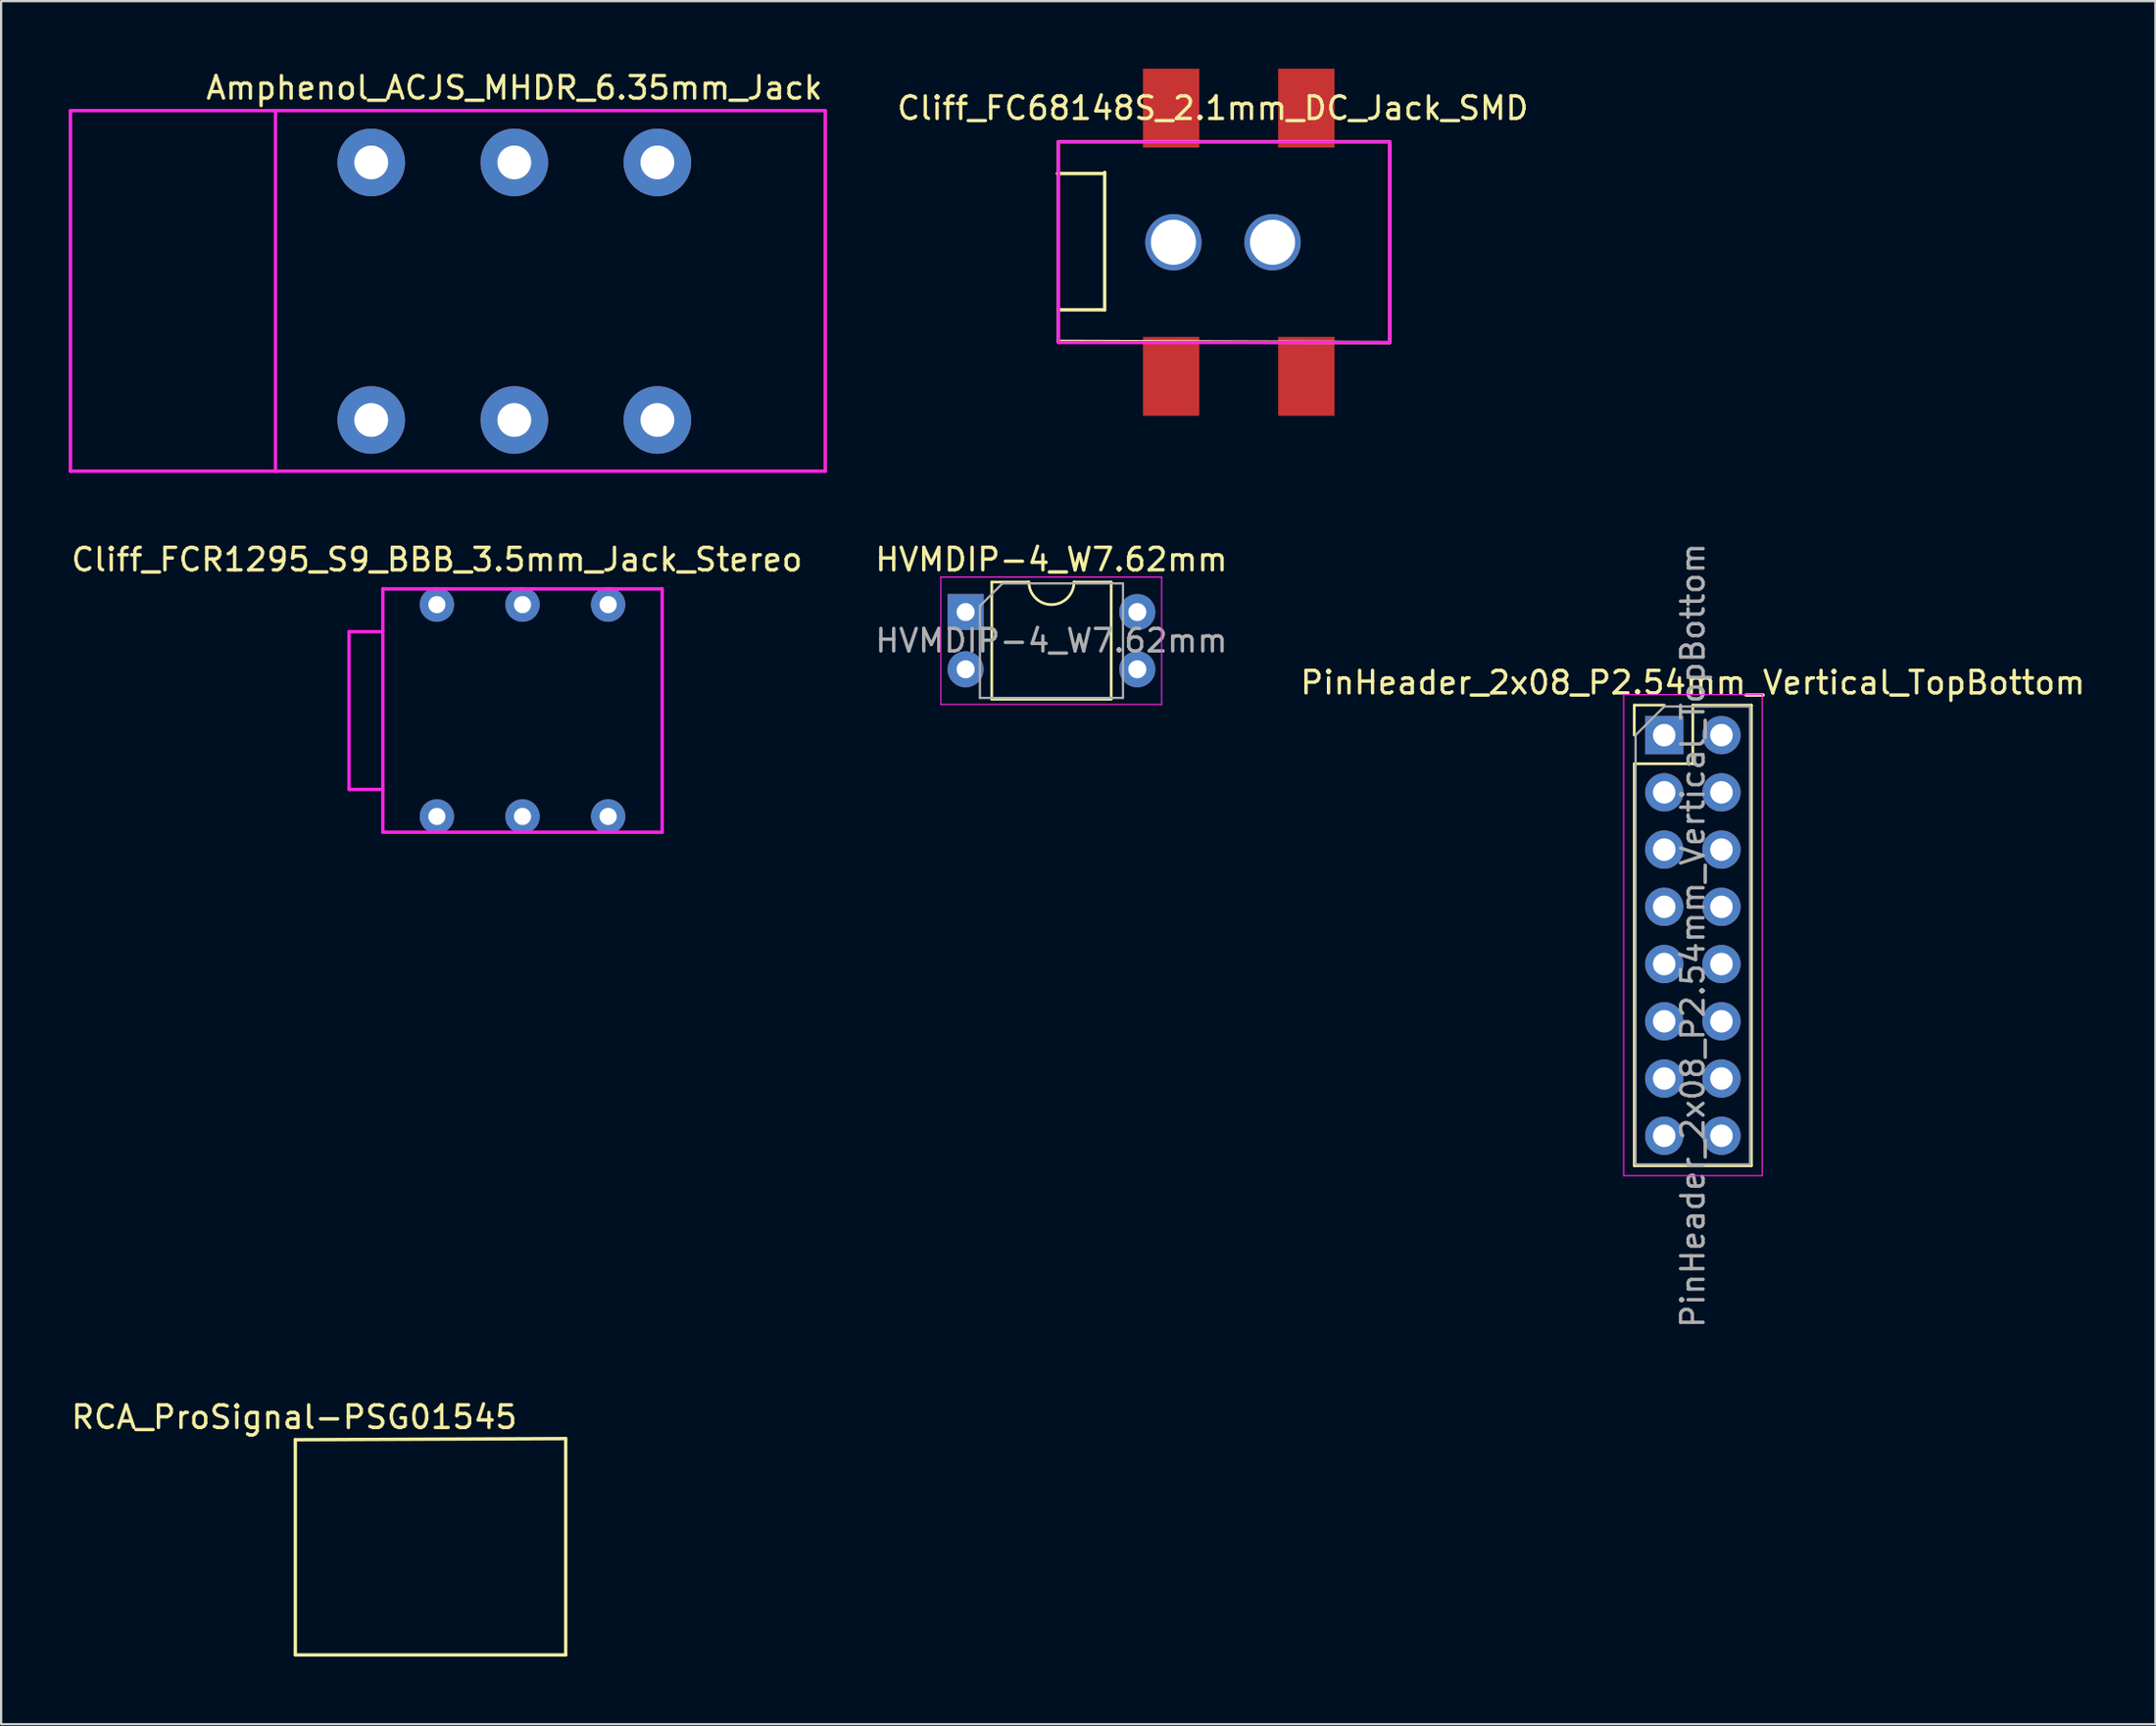
<source format=kicad_pcb>
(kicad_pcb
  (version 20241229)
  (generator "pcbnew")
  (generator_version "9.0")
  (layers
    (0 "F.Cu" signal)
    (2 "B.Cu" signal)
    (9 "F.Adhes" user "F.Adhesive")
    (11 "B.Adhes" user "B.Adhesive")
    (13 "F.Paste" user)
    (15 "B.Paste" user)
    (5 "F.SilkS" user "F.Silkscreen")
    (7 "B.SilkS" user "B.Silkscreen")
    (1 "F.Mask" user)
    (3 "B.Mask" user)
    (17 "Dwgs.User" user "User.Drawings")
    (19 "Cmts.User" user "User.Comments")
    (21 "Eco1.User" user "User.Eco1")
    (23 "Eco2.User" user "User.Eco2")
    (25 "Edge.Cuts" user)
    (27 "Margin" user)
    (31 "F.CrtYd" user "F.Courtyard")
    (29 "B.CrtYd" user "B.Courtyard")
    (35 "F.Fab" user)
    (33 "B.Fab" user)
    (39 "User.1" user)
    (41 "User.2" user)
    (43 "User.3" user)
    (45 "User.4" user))
  (footprint "Cliff_FC68148S_2.1mm_DC_Jack_SMD"
    (layer "F.Cu")
    (at 43.925 7.7)
    (property "Reference" "Cliff_FC68148S_2.1mm_DC_Jack_SMD" (at 6.85 -5.95 0) (layer "F.SilkS") (effects (font (size 1 1) (thickness 0.15))))
    (attr through_hole)
    (fp_line (start -0.05 -3.05) (end 2.05 -3.05) (stroke (width 0.15) (type solid)) (layer "F.SilkS"))
    (fp_line (start 0 -4.45) (end 0 4.4) (stroke (width 0.15) (type solid)) (layer "F.SilkS"))
    (fp_line (start 0 3) (end 2.05 3) (stroke (width 0.15) (type solid)) (layer "F.SilkS"))
    (fp_line (start 0 4.4) (end 14.7 4.45) (stroke (width 0.15) (type solid)) (layer "F.SilkS"))
    (fp_line (start 2.05 3) (end 2.05 -3.1) (stroke (width 0.15) (type solid)) (layer "F.SilkS"))
    (fp_line (start 14.7 -4.45) (end 0 -4.45) (stroke (width 0.15) (type solid)) (layer "F.SilkS"))
    (fp_line (start 14.7 4.45) (end 14.7 -4.45) (stroke (width 0.15) (type solid)) (layer "F.SilkS"))
    (fp_line (start 0 -4.45) (end 14.7 -4.45) (stroke (width 0.15) (type solid)) (layer "F.CrtYd"))
    (fp_line (start 0 4.45) (end 0 -4.45) (stroke (width 0.15) (type solid)) (layer "F.CrtYd"))
    (fp_line (start 14.7 -4.45) (end 14.7 4.45) (stroke (width 0.15) (type solid)) (layer "F.CrtYd"))
    (fp_line (start 14.7 4.45) (end 0 4.45) (stroke (width 0.15) (type solid)) (layer "F.CrtYd"))
    (pad "" np_thru_hole circle (at 5.1 0) (size 2.5 2.5) (drill 2) (layers "*.Cu" "*.Mask"))
    (pad "" np_thru_hole circle (at 9.5 0) (size 2.5 2.5) (drill 2) (layers "*.Cu" "*.Mask"))
    (pad "1" smd rect (at 5 -5.95) (size 2.5 3.5) (layers "F.Cu" "F.Mask" "F.Paste"))
    (pad "1" smd rect (at 11 -5.95) (size 2.5 3.5) (layers "F.Cu" "F.Mask" "F.Paste"))
    (pad "2" smd rect (at 11 5.95) (size 2.5 3.5) (layers "F.Cu" "F.Mask" "F.Paste"))
    (pad "3" smd rect (at 5 5.95) (size 2.5 3.5) (layers "F.Cu" "F.Mask" "F.Paste")))
  (footprint "Amphenol_ACJS_MHDR_6.35mm_Jack"
    (layer "F.Cu")
    (at 13.425 9.858)
    (property "Reference" "Amphenol_ACJS_MHDR_6.35mm_Jack" (at 6.35 -9.01 0) (layer "F.SilkS") (effects (font (size 1 1) (thickness 0.15))))
    (attr through_hole)
    (fp_line (start -13.35 -8) (end -13.35 8) (stroke (width 0.15) (type solid)) (layer "F.CrtYd"))
    (fp_line (start -13.35 8) (end -4.25 8) (stroke (width 0.15) (type solid)) (layer "F.CrtYd"))
    (fp_line (start -4.25 -8) (end -13.35 -8) (stroke (width 0.15) (type solid)) (layer "F.CrtYd"))
    (fp_line (start -4.25 -8) (end -4.25 8) (stroke (width 0.15) (type solid)) (layer "F.CrtYd"))
    (fp_line (start -4.25 8) (end 20.15 8) (stroke (width 0.15) (type solid)) (layer "F.CrtYd"))
    (fp_line (start 20.15 -8) (end -4.25 -8) (stroke (width 0.15) (type solid)) (layer "F.CrtYd"))
    (fp_line (start 20.15 8) (end 20.15 -8) (stroke (width 0.15) (type solid)) (layer "F.CrtYd"))
    (pad "R" thru_hole circle (at 6.35 5.73) (size 3 3) (drill 1.5) (layers "*.Cu" "*.Mask"))
    (pad "RN" thru_hole circle (at 6.35 -5.7) (size 3 3) (drill 1.5) (layers "*.Cu" "*.Mask"))
    (pad "S" thru_hole circle (at 0 5.73) (size 3 3) (drill 1.5) (layers "*.Cu" "*.Mask"))
    (pad "SN" thru_hole circle (at 0 -5.7) (size 3 3) (drill 1.5) (layers "*.Cu" "*.Mask"))
    (pad "T" thru_hole circle (at 12.7 5.73) (size 3 3) (drill 1.5) (layers "*.Cu" "*.Mask"))
    (pad "TN" thru_hole circle (at 12.7 -5.7) (size 3 3) (drill 1.5) (layers "*.Cu" "*.Mask")))
  (footprint "PinHeader_2x08_P2.54mm_Vertical_TopBottom"
    (layer "F.Cu")
    (at 70.807 29.573)
    (property "Reference" "PinHeader_2x08_P2.54mm_Vertical_TopBottom" (at 1.27 -2.33 0) (layer "F.SilkS") (effects (font (size 1 1) (thickness 0.15))))
    (attr through_hole)
    (fp_line (start -1.33 -1.33) (end 0 -1.33) (stroke (width 0.12) (type solid)) (layer "F.SilkS"))
    (fp_line (start -1.33 0) (end -1.33 -1.33) (stroke (width 0.12) (type solid)) (layer "F.SilkS"))
    (fp_line (start -1.33 1.27) (end -1.33 19.11) (stroke (width 0.12) (type solid)) (layer "F.SilkS"))
    (fp_line (start -1.33 1.27) (end 1.27 1.27) (stroke (width 0.12) (type solid)) (layer "F.SilkS"))
    (fp_line (start -1.33 19.11) (end 3.87 19.11) (stroke (width 0.12) (type solid)) (layer "F.SilkS"))
    (fp_line (start 1.27 -1.33) (end 3.87 -1.33) (stroke (width 0.12) (type solid)) (layer "F.SilkS"))
    (fp_line (start 1.27 1.27) (end 1.27 -1.33) (stroke (width 0.12) (type solid)) (layer "F.SilkS"))
    (fp_line (start 3.87 -1.33) (end 3.87 19.11) (stroke (width 0.12) (type solid)) (layer "F.SilkS"))
    (fp_line (start -1.8 -1.8) (end -1.8 19.55) (stroke (width 0.05) (type solid)) (layer "F.CrtYd"))
    (fp_line (start -1.8 19.55) (end 4.35 19.55) (stroke (width 0.05) (type solid)) (layer "F.CrtYd"))
    (fp_line (start 4.35 -1.8) (end -1.8 -1.8) (stroke (width 0.05) (type solid)) (layer "F.CrtYd"))
    (fp_line (start 4.35 19.55) (end 4.35 -1.8) (stroke (width 0.05) (type solid)) (layer "F.CrtYd"))
    (fp_line (start -1.27 0) (end 0 -1.27) (stroke (width 0.1) (type solid)) (layer "F.Fab"))
    (fp_line (start -1.27 19.05) (end -1.27 0) (stroke (width 0.1) (type solid)) (layer "F.Fab"))
    (fp_line (start 0 -1.27) (end 3.81 -1.27) (stroke (width 0.1) (type solid)) (layer "F.Fab"))
    (fp_line (start 3.81 -1.27) (end 3.81 19.05) (stroke (width 0.1) (type solid)) (layer "F.Fab"))
    (fp_line (start 3.81 19.05) (end -1.27 19.05) (stroke (width 0.1) (type solid)) (layer "F.Fab"))
    (fp_text user "${REFERENCE}" (at 1.27 8.89 90) (layer "F.Fab") (effects (font (size 1 1) (thickness 0.15))))
    (pad "1" thru_hole rect (at 0 0) (size 1.7 1.7) (drill 1) (layers "*.Cu" "*.Mask"))
    (pad "2" thru_hole oval (at 0 2.54) (size 1.7 1.7) (drill 1) (layers "*.Cu" "*.Mask"))
    (pad "3" thru_hole oval (at 0 5.08) (size 1.7 1.7) (drill 1) (layers "*.Cu" "*.Mask"))
    (pad "4" thru_hole oval (at 0 7.62) (size 1.7 1.7) (drill 1) (layers "*.Cu" "*.Mask"))
    (pad "5" thru_hole oval (at 0 10.16) (size 1.7 1.7) (drill 1) (layers "*.Cu" "*.Mask"))
    (pad "6" thru_hole oval (at 0 12.7) (size 1.7 1.7) (drill 1) (layers "*.Cu" "*.Mask"))
    (pad "7" thru_hole oval (at 0 15.24) (size 1.7 1.7) (drill 1) (layers "*.Cu" "*.Mask"))
    (pad "8" thru_hole oval (at 0 17.78) (size 1.7 1.7) (drill 1) (layers "*.Cu" "*.Mask"))
    (pad "9" thru_hole oval (at 2.54 0) (size 1.7 1.7) (drill 1) (layers "*.Cu" "*.Mask"))
    (pad "10" thru_hole oval (at 2.54 2.54) (size 1.7 1.7) (drill 1) (layers "*.Cu" "*.Mask"))
    (pad "11" thru_hole oval (at 2.54 5.08) (size 1.7 1.7) (drill 1) (layers "*.Cu" "*.Mask"))
    (pad "12" thru_hole oval (at 2.54 7.62) (size 1.7 1.7) (drill 1) (layers "*.Cu" "*.Mask"))
    (pad "13" thru_hole oval (at 2.54 10.16) (size 1.7 1.7) (drill 1) (layers "*.Cu" "*.Mask"))
    (pad "14" thru_hole oval (at 2.54 12.7) (size 1.7 1.7) (drill 1) (layers "*.Cu" "*.Mask"))
    (pad "15" thru_hole oval (at 2.54 15.24) (size 1.7 1.7) (drill 1) (layers "*.Cu" "*.Mask"))
    (pad "16" thru_hole oval (at 2.54 17.78) (size 1.7 1.7) (drill 1) (layers "*.Cu" "*.Mask")))
  (footprint "Cliff_FCR1295_S9_BBB_3.5mm_Jack_Stereo"
    (layer "F.Cu")
    (at 16.339 28.482)
    (property "Reference" "Cliff_FCR1295_S9_BBB_3.5mm_Jack_Stereo" (at 0 -6.7 0) (layer "F.SilkS") (effects (font (size 1 1) (thickness 0.15))))
    (attr through_hole)
    (fp_line (start -3.9 -3.5) (end -2.4 -3.5) (stroke (width 0.15) (type solid)) (layer "F.CrtYd"))
    (fp_line (start -3.9 3.5) (end -3.9 -3.5) (stroke (width 0.15) (type solid)) (layer "F.CrtYd"))
    (fp_line (start -2.4 -5.4) (end 10 -5.4) (stroke (width 0.15) (type solid)) (layer "F.CrtYd"))
    (fp_line (start -2.4 3.5) (end -3.9 3.5) (stroke (width 0.15) (type solid)) (layer "F.CrtYd"))
    (fp_line (start -2.4 5.4) (end -2.4 -5.4) (stroke (width 0.15) (type solid)) (layer "F.CrtYd"))
    (fp_line (start 10 -5.4) (end 10 5.4) (stroke (width 0.15) (type solid)) (layer "F.CrtYd"))
    (fp_line (start 10 5.4) (end -2.4 5.4) (stroke (width 0.15) (type solid)) (layer "F.CrtYd"))
    (pad "R" thru_hole circle (at 3.8 4.7) (size 1.524 1.524) (drill 0.762) (layers "*.Cu" "*.Mask"))
    (pad "RN" thru_hole circle (at 3.8 -4.7) (size 1.524 1.524) (drill 0.762) (layers "*.Cu" "*.Mask"))
    (pad "S" thru_hole circle (at 0 4.7) (size 1.524 1.524) (drill 0.762) (layers "*.Cu" "*.Mask"))
    (pad "SN" thru_hole circle (at 0 -4.7) (size 1.524 1.524) (drill 0.762) (layers "*.Cu" "*.Mask"))
    (pad "T" thru_hole circle (at 7.6 4.7) (size 1.524 1.524) (drill 0.762) (layers "*.Cu" "*.Mask"))
    (pad "TN" thru_hole circle (at 7.6 -4.7) (size 1.524 1.524) (drill 0.762) (layers "*.Cu" "*.Mask")))
  (footprint "RCA_ProSignal-PSG01545"
    (layer "F.Cu")
    (at 10.056 60.841)
    (property "Reference" "RCA_ProSignal-PSG01545" (at -0.05 -1 0) (layer "F.SilkS") (effects (font (size 1 1) (thickness 0.15))))
    (attr through_hole)
    (fp_line (start 0 0) (end 12 -0.05) (stroke (width 0.15) (type solid)) (layer "F.SilkS"))
    (fp_line (start 0 9.55) (end 0 0) (stroke (width 0.15) (type solid)) (layer "F.SilkS"))
    (fp_line (start 12 -0.05) (end 12 9.55) (stroke (width 0.15) (type solid)) (layer "F.SilkS"))
    (fp_line (start 12 9.55) (end 0 9.55) (stroke (width 0.15) (type solid)) (layer "F.SilkS")))
  (footprint "HVMDIP-4_W7.62mm"
    (layer "F.Cu")
    (at 39.803 24.111)
    (property "Reference" "HVMDIP-4_W7.62mm" (at 3.81 -2.33 0) (layer "F.SilkS") (effects (font (size 1 1) (thickness 0.15))))
    (attr through_hole)
    (fp_line (start 1.16 -1.33) (end 1.16 3.87) (stroke (width 0.12) (type solid)) (layer "F.SilkS"))
    (fp_line (start 1.16 3.87) (end 6.46 3.87) (stroke (width 0.12) (type solid)) (layer "F.SilkS"))
    (fp_line (start 2.81 -1.33) (end 1.16 -1.33) (stroke (width 0.12) (type solid)) (layer "F.SilkS"))
    (fp_line (start 6.46 -1.33) (end 4.81 -1.33) (stroke (width 0.12) (type solid)) (layer "F.SilkS"))
    (fp_line (start 6.46 3.87) (end 6.46 -1.33) (stroke (width 0.12) (type solid)) (layer "F.SilkS"))
    (fp_arc (start 4.81 -1.33) (mid 3.81 -0.33) (end 2.81 -1.33) (stroke (width 0.12) (type solid)) (layer "F.SilkS"))
    (fp_line (start -1.1 -1.55) (end -1.1 4.1) (stroke (width 0.05) (type solid)) (layer "F.CrtYd"))
    (fp_line (start -1.1 4.1) (end 8.7 4.1) (stroke (width 0.05) (type solid)) (layer "F.CrtYd"))
    (fp_line (start 8.7 -1.55) (end -1.1 -1.55) (stroke (width 0.05) (type solid)) (layer "F.CrtYd"))
    (fp_line (start 8.7 4.1) (end 8.7 -1.55) (stroke (width 0.05) (type solid)) (layer "F.CrtYd"))
    (fp_line (start 0.635 -0.27) (end 1.635 -1.27) (stroke (width 0.1) (type solid)) (layer "F.Fab"))
    (fp_line (start 0.635 3.81) (end 0.635 -0.27) (stroke (width 0.1) (type solid)) (layer "F.Fab"))
    (fp_line (start 1.635 -1.27) (end 6.985 -1.27) (stroke (width 0.1) (type solid)) (layer "F.Fab"))
    (fp_line (start 6.985 -1.27) (end 6.985 3.81) (stroke (width 0.1) (type solid)) (layer "F.Fab"))
    (fp_line (start 6.985 3.81) (end 0.635 3.81) (stroke (width 0.1) (type solid)) (layer "F.Fab"))
    (fp_text user "${REFERENCE}" (at 3.81 1.27 0) (layer "F.Fab") (effects (font (size 1 1) (thickness 0.15))))
    (pad "1" thru_hole rect (at 0 0) (size 1.6 1.6) (drill 0.8) (layers "*.Cu" "*.Mask"))
    (pad "1" thru_hole oval (at 0 2.54) (size 1.6 1.6) (drill 0.8) (layers "*.Cu" "*.Mask"))
    (pad "2" thru_hole oval (at 7.62 2.54) (size 1.6 1.6) (drill 0.8) (layers "*.Cu" "*.Mask"))
    (pad "3" thru_hole oval (at 7.62 0) (size 1.6 1.6) (drill 0.8) (layers "*.Cu" "*.Mask")))
  (gr_rect
    (start -3 -3)
    (end 92.607 73.466)
    (stroke (width 0.1) (type default))
    (fill no)
    (layer "Edge.Cuts")))
</source>
